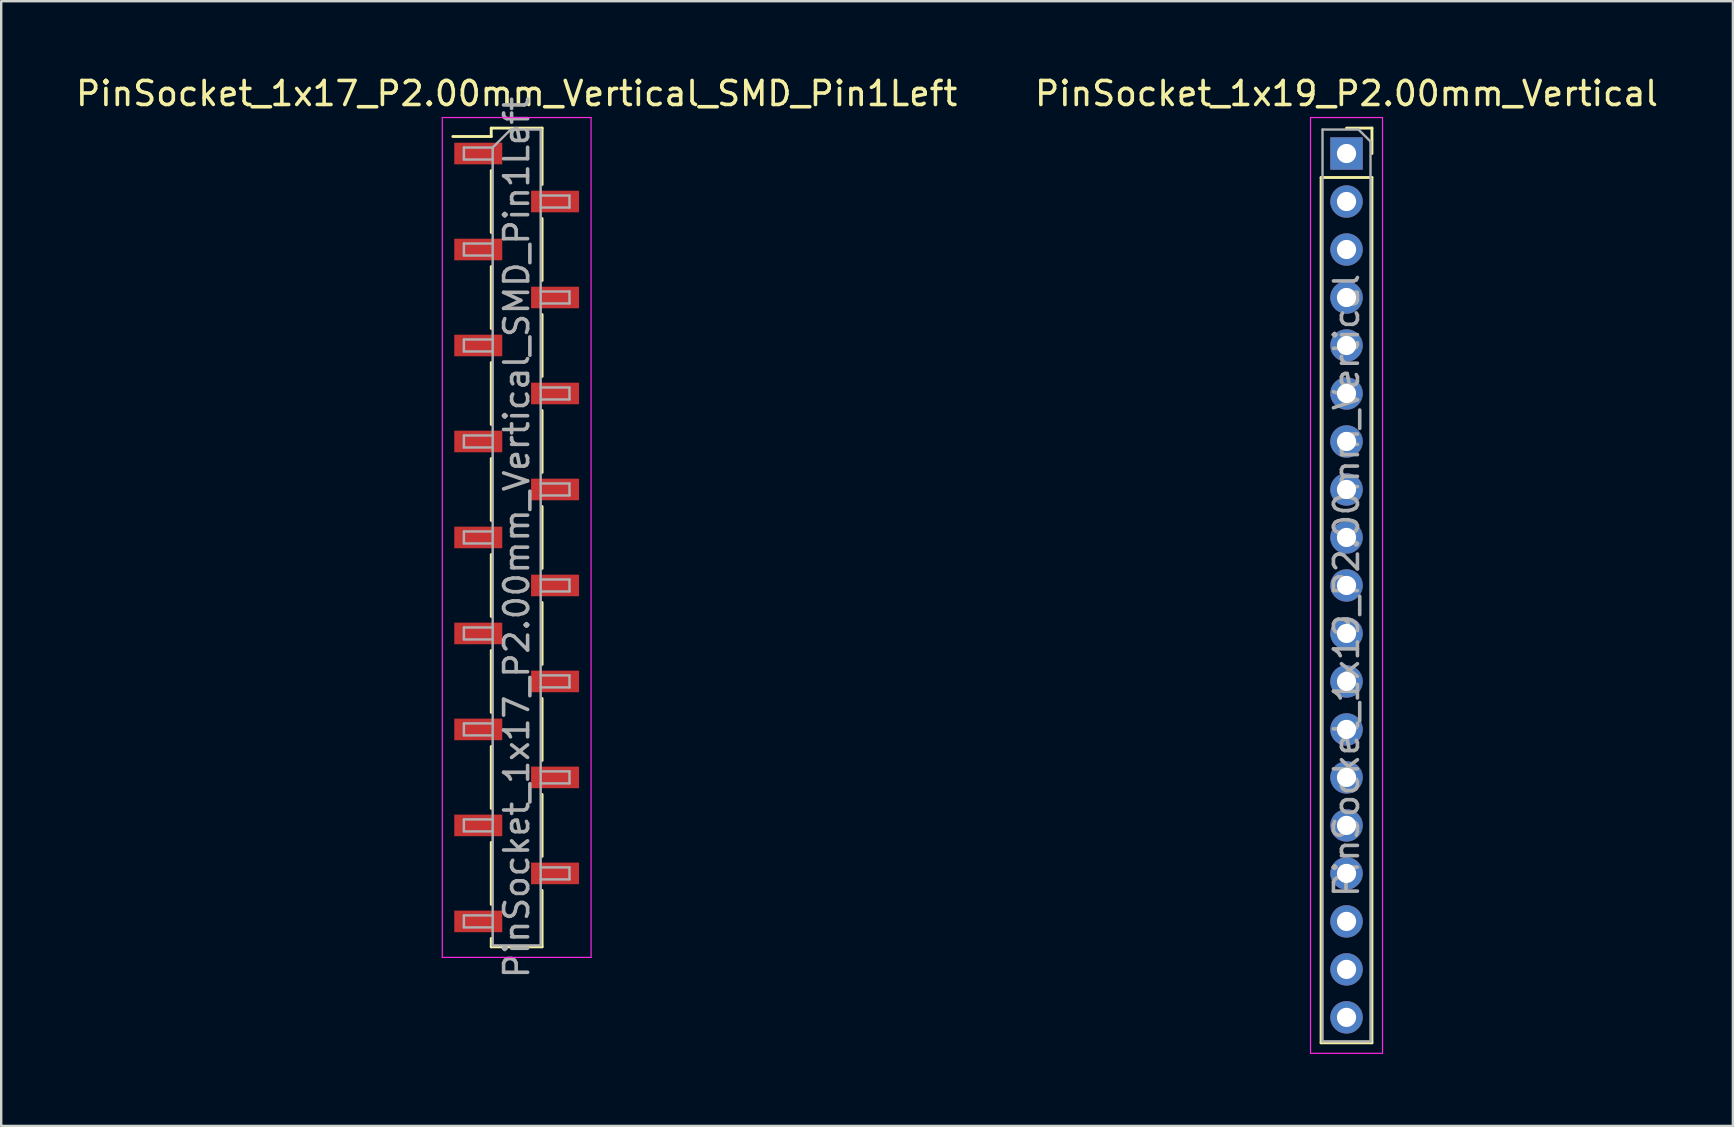
<source format=kicad_pcb>
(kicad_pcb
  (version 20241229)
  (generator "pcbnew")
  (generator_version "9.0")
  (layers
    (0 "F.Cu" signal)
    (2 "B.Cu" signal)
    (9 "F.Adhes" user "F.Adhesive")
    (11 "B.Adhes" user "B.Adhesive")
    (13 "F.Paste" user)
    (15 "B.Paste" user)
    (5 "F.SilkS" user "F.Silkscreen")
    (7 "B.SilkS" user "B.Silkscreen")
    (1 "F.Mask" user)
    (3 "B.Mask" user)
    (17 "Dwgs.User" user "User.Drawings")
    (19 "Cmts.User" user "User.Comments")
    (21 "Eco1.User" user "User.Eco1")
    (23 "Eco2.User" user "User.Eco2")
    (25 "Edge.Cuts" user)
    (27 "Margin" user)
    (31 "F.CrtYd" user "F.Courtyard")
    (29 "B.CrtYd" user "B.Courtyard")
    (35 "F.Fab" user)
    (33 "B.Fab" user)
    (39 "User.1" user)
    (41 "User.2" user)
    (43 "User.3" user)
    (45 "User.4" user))
  (footprint "PinSocket_1x19_P2.00mm_Vertical"
    (layer "F.Cu")
    (at 53.065 3.348)
    (property "Reference" "PinSocket_1x19_P2.00mm_Vertical" (at 0 -2.5 0) (layer "F.SilkS") (effects (font (size 1 1) (thickness 0.15))))
    (attr through_hole)
    (fp_line (start -1.06 1) (end -1.06 37.06) (stroke (width 0.12) (type solid)) (layer "F.SilkS"))
    (fp_line (start -1.06 1) (end 1.06 1) (stroke (width 0.12) (type solid)) (layer "F.SilkS"))
    (fp_line (start -1.06 37.06) (end 1.06 37.06) (stroke (width 0.12) (type solid)) (layer "F.SilkS"))
    (fp_line (start 0 -1.06) (end 1.06 -1.06) (stroke (width 0.12) (type solid)) (layer "F.SilkS"))
    (fp_line (start 1.06 -1.06) (end 1.06 0) (stroke (width 0.12) (type solid)) (layer "F.SilkS"))
    (fp_line (start 1.06 1) (end 1.06 37.06) (stroke (width 0.12) (type solid)) (layer "F.SilkS"))
    (fp_line (start -1.5 -1.5) (end 1.5 -1.5) (stroke (width 0.05) (type solid)) (layer "F.CrtYd"))
    (fp_line (start -1.5 37.5) (end -1.5 -1.5) (stroke (width 0.05) (type solid)) (layer "F.CrtYd"))
    (fp_line (start 1.5 -1.5) (end 1.5 37.5) (stroke (width 0.05) (type solid)) (layer "F.CrtYd"))
    (fp_line (start 1.5 37.5) (end -1.5 37.5) (stroke (width 0.05) (type solid)) (layer "F.CrtYd"))
    (fp_line (start -1 -1) (end 0.5 -1) (stroke (width 0.1) (type solid)) (layer "F.Fab"))
    (fp_line (start -1 37) (end -1 -1) (stroke (width 0.1) (type solid)) (layer "F.Fab"))
    (fp_line (start 0.5 -1) (end 1 -0.5) (stroke (width 0.1) (type solid)) (layer "F.Fab"))
    (fp_line (start 1 -0.5) (end 1 37) (stroke (width 0.1) (type solid)) (layer "F.Fab"))
    (fp_line (start 1 37) (end -1 37) (stroke (width 0.1) (type solid)) (layer "F.Fab"))
    (fp_text user "${REFERENCE}" (at 0 18 90) (layer "F.Fab") (effects (font (size 1 1) (thickness 0.15))))
    (pad "1" thru_hole rect (at 0 0) (size 1.35 1.35) (drill 0.8) (layers "*.Cu" "*.Mask"))
    (pad "2" thru_hole oval (at 0 2) (size 1.35 1.35) (drill 0.8) (layers "*.Cu" "*.Mask"))
    (pad "3" thru_hole oval (at 0 4) (size 1.35 1.35) (drill 0.8) (layers "*.Cu" "*.Mask"))
    (pad "4" thru_hole oval (at 0 6) (size 1.35 1.35) (drill 0.8) (layers "*.Cu" "*.Mask"))
    (pad "5" thru_hole oval (at 0 8) (size 1.35 1.35) (drill 0.8) (layers "*.Cu" "*.Mask"))
    (pad "6" thru_hole oval (at 0 10) (size 1.35 1.35) (drill 0.8) (layers "*.Cu" "*.Mask"))
    (pad "7" thru_hole oval (at 0 12) (size 1.35 1.35) (drill 0.8) (layers "*.Cu" "*.Mask"))
    (pad "8" thru_hole oval (at 0 14) (size 1.35 1.35) (drill 0.8) (layers "*.Cu" "*.Mask"))
    (pad "9" thru_hole oval (at 0 16) (size 1.35 1.35) (drill 0.8) (layers "*.Cu" "*.Mask"))
    (pad "10" thru_hole oval (at 0 18) (size 1.35 1.35) (drill 0.8) (layers "*.Cu" "*.Mask"))
    (pad "11" thru_hole oval (at 0 20) (size 1.35 1.35) (drill 0.8) (layers "*.Cu" "*.Mask"))
    (pad "12" thru_hole oval (at 0 22) (size 1.35 1.35) (drill 0.8) (layers "*.Cu" "*.Mask"))
    (pad "13" thru_hole oval (at 0 24) (size 1.35 1.35) (drill 0.8) (layers "*.Cu" "*.Mask"))
    (pad "14" thru_hole oval (at 0 26) (size 1.35 1.35) (drill 0.8) (layers "*.Cu" "*.Mask"))
    (pad "15" thru_hole oval (at 0 28) (size 1.35 1.35) (drill 0.8) (layers "*.Cu" "*.Mask"))
    (pad "16" thru_hole oval (at 0 30) (size 1.35 1.35) (drill 0.8) (layers "*.Cu" "*.Mask"))
    (pad "17" thru_hole oval (at 0 32) (size 1.35 1.35) (drill 0.8) (layers "*.Cu" "*.Mask"))
    (pad "18" thru_hole oval (at 0 34) (size 1.35 1.35) (drill 0.8) (layers "*.Cu" "*.Mask"))
    (pad "19" thru_hole oval (at 0 36) (size 1.35 1.35) (drill 0.8) (layers "*.Cu" "*.Mask")))
  (footprint "PinSocket_1x17_P2.00mm_Vertical_SMD_Pin1Left"
    (layer "F.Cu")
    (at 18.482 19.348)
    (property "Reference" "PinSocket_1x17_P2.00mm_Vertical_SMD_Pin1Left" (at 0 -18.5 0) (layer "F.SilkS") (effects (font (size 1 1) (thickness 0.15))))
    (attr smd)
    (fp_line (start -2.66 -16.71) (end -1.06 -16.71) (stroke (width 0.12) (type solid)) (layer "F.SilkS"))
    (fp_line (start -1.06 -17.06) (end 1.06 -17.06) (stroke (width 0.12) (type solid)) (layer "F.SilkS"))
    (fp_line (start -1.06 -16.71) (end -1.06 -17.06) (stroke (width 0.12) (type solid)) (layer "F.SilkS"))
    (fp_line (start -1.06 -15.29) (end -1.06 -12.71) (stroke (width 0.12) (type solid)) (layer "F.SilkS"))
    (fp_line (start -1.06 -11.29) (end -1.06 -8.71) (stroke (width 0.12) (type solid)) (layer "F.SilkS"))
    (fp_line (start -1.06 -7.29) (end -1.06 -4.71) (stroke (width 0.12) (type solid)) (layer "F.SilkS"))
    (fp_line (start -1.06 -3.29) (end -1.06 -0.71) (stroke (width 0.12) (type solid)) (layer "F.SilkS"))
    (fp_line (start -1.06 0.71) (end -1.06 3.29) (stroke (width 0.12) (type solid)) (layer "F.SilkS"))
    (fp_line (start -1.06 4.71) (end -1.06 7.29) (stroke (width 0.12) (type solid)) (layer "F.SilkS"))
    (fp_line (start -1.06 8.71) (end -1.06 11.29) (stroke (width 0.12) (type solid)) (layer "F.SilkS"))
    (fp_line (start -1.06 12.71) (end -1.06 15.29) (stroke (width 0.12) (type solid)) (layer "F.SilkS"))
    (fp_line (start -1.06 17.06) (end -1.06 16.71) (stroke (width 0.12) (type solid)) (layer "F.SilkS"))
    (fp_line (start 1.06 -17.06) (end 1.06 -14.71) (stroke (width 0.12) (type solid)) (layer "F.SilkS"))
    (fp_line (start 1.06 -13.29) (end 1.06 -10.71) (stroke (width 0.12) (type solid)) (layer "F.SilkS"))
    (fp_line (start 1.06 -9.29) (end 1.06 -6.71) (stroke (width 0.12) (type solid)) (layer "F.SilkS"))
    (fp_line (start 1.06 -5.29) (end 1.06 -2.71) (stroke (width 0.12) (type solid)) (layer "F.SilkS"))
    (fp_line (start 1.06 -1.29) (end 1.06 1.29) (stroke (width 0.12) (type solid)) (layer "F.SilkS"))
    (fp_line (start 1.06 2.71) (end 1.06 5.29) (stroke (width 0.12) (type solid)) (layer "F.SilkS"))
    (fp_line (start 1.06 6.71) (end 1.06 9.29) (stroke (width 0.12) (type solid)) (layer "F.SilkS"))
    (fp_line (start 1.06 10.71) (end 1.06 13.29) (stroke (width 0.12) (type solid)) (layer "F.SilkS"))
    (fp_line (start 1.06 14.71) (end 1.06 17.06) (stroke (width 0.12) (type solid)) (layer "F.SilkS"))
    (fp_line (start 1.06 17.06) (end -1.06 17.06) (stroke (width 0.12) (type solid)) (layer "F.SilkS"))
    (fp_line (start -3.1 -17.5) (end 3.1 -17.5) (stroke (width 0.05) (type solid)) (layer "F.CrtYd"))
    (fp_line (start -3.1 17.5) (end -3.1 -17.5) (stroke (width 0.05) (type solid)) (layer "F.CrtYd"))
    (fp_line (start 3.1 -17.5) (end 3.1 17.5) (stroke (width 0.05) (type solid)) (layer "F.CrtYd"))
    (fp_line (start 3.1 17.5) (end -3.1 17.5) (stroke (width 0.05) (type solid)) (layer "F.CrtYd"))
    (fp_line (start -2.2 -16.25) (end -1 -16.25) (stroke (width 0.1) (type solid)) (layer "F.Fab"))
    (fp_line (start -2.2 -15.75) (end -2.2 -16.25) (stroke (width 0.1) (type solid)) (layer "F.Fab"))
    (fp_line (start -2.2 -12.25) (end -1 -12.25) (stroke (width 0.1) (type solid)) (layer "F.Fab"))
    (fp_line (start -2.2 -11.75) (end -2.2 -12.25) (stroke (width 0.1) (type solid)) (layer "F.Fab"))
    (fp_line (start -2.2 -8.25) (end -1 -8.25) (stroke (width 0.1) (type solid)) (layer "F.Fab"))
    (fp_line (start -2.2 -7.75) (end -2.2 -8.25) (stroke (width 0.1) (type solid)) (layer "F.Fab"))
    (fp_line (start -2.2 -4.25) (end -1 -4.25) (stroke (width 0.1) (type solid)) (layer "F.Fab"))
    (fp_line (start -2.2 -3.75) (end -2.2 -4.25) (stroke (width 0.1) (type solid)) (layer "F.Fab"))
    (fp_line (start -2.2 -0.25) (end -1 -0.25) (stroke (width 0.1) (type solid)) (layer "F.Fab"))
    (fp_line (start -2.2 0.25) (end -2.2 -0.25) (stroke (width 0.1) (type solid)) (layer "F.Fab"))
    (fp_line (start -2.2 3.75) (end -1 3.75) (stroke (width 0.1) (type solid)) (layer "F.Fab"))
    (fp_line (start -2.2 4.25) (end -2.2 3.75) (stroke (width 0.1) (type solid)) (layer "F.Fab"))
    (fp_line (start -2.2 7.75) (end -1 7.75) (stroke (width 0.1) (type solid)) (layer "F.Fab"))
    (fp_line (start -2.2 8.25) (end -2.2 7.75) (stroke (width 0.1) (type solid)) (layer "F.Fab"))
    (fp_line (start -2.2 11.75) (end -1 11.75) (stroke (width 0.1) (type solid)) (layer "F.Fab"))
    (fp_line (start -2.2 12.25) (end -2.2 11.75) (stroke (width 0.1) (type solid)) (layer "F.Fab"))
    (fp_line (start -2.2 15.75) (end -1 15.75) (stroke (width 0.1) (type solid)) (layer "F.Fab"))
    (fp_line (start -2.2 16.25) (end -2.2 15.75) (stroke (width 0.1) (type solid)) (layer "F.Fab"))
    (fp_line (start -1 -16.25) (end -0.25 -17) (stroke (width 0.1) (type solid)) (layer "F.Fab"))
    (fp_line (start -1 -15.75) (end -2.2 -15.75) (stroke (width 0.1) (type solid)) (layer "F.Fab"))
    (fp_line (start -1 -11.75) (end -2.2 -11.75) (stroke (width 0.1) (type solid)) (layer "F.Fab"))
    (fp_line (start -1 -7.75) (end -2.2 -7.75) (stroke (width 0.1) (type solid)) (layer "F.Fab"))
    (fp_line (start -1 -3.75) (end -2.2 -3.75) (stroke (width 0.1) (type solid)) (layer "F.Fab"))
    (fp_line (start -1 0.25) (end -2.2 0.25) (stroke (width 0.1) (type solid)) (layer "F.Fab"))
    (fp_line (start -1 4.25) (end -2.2 4.25) (stroke (width 0.1) (type solid)) (layer "F.Fab"))
    (fp_line (start -1 8.25) (end -2.2 8.25) (stroke (width 0.1) (type solid)) (layer "F.Fab"))
    (fp_line (start -1 12.25) (end -2.2 12.25) (stroke (width 0.1) (type solid)) (layer "F.Fab"))
    (fp_line (start -1 16.25) (end -2.2 16.25) (stroke (width 0.1) (type solid)) (layer "F.Fab"))
    (fp_line (start -1 17) (end -1 -16.25) (stroke (width 0.1) (type solid)) (layer "F.Fab"))
    (fp_line (start -0.25 -17) (end 1 -17) (stroke (width 0.1) (type solid)) (layer "F.Fab"))
    (fp_line (start 1 -17) (end 1 17) (stroke (width 0.1) (type solid)) (layer "F.Fab"))
    (fp_line (start 1 -14.25) (end 2.2 -14.25) (stroke (width 0.1) (type solid)) (layer "F.Fab"))
    (fp_line (start 1 -10.25) (end 2.2 -10.25) (stroke (width 0.1) (type solid)) (layer "F.Fab"))
    (fp_line (start 1 -6.25) (end 2.2 -6.25) (stroke (width 0.1) (type solid)) (layer "F.Fab"))
    (fp_line (start 1 -2.25) (end 2.2 -2.25) (stroke (width 0.1) (type solid)) (layer "F.Fab"))
    (fp_line (start 1 1.75) (end 2.2 1.75) (stroke (width 0.1) (type solid)) (layer "F.Fab"))
    (fp_line (start 1 5.75) (end 2.2 5.75) (stroke (width 0.1) (type solid)) (layer "F.Fab"))
    (fp_line (start 1 9.75) (end 2.2 9.75) (stroke (width 0.1) (type solid)) (layer "F.Fab"))
    (fp_line (start 1 13.75) (end 2.2 13.75) (stroke (width 0.1) (type solid)) (layer "F.Fab"))
    (fp_line (start 1 17) (end -1 17) (stroke (width 0.1) (type solid)) (layer "F.Fab"))
    (fp_line (start 2.2 -14.25) (end 2.2 -13.75) (stroke (width 0.1) (type solid)) (layer "F.Fab"))
    (fp_line (start 2.2 -13.75) (end 1 -13.75) (stroke (width 0.1) (type solid)) (layer "F.Fab"))
    (fp_line (start 2.2 -10.25) (end 2.2 -9.75) (stroke (width 0.1) (type solid)) (layer "F.Fab"))
    (fp_line (start 2.2 -9.75) (end 1 -9.75) (stroke (width 0.1) (type solid)) (layer "F.Fab"))
    (fp_line (start 2.2 -6.25) (end 2.2 -5.75) (stroke (width 0.1) (type solid)) (layer "F.Fab"))
    (fp_line (start 2.2 -5.75) (end 1 -5.75) (stroke (width 0.1) (type solid)) (layer "F.Fab"))
    (fp_line (start 2.2 -2.25) (end 2.2 -1.75) (stroke (width 0.1) (type solid)) (layer "F.Fab"))
    (fp_line (start 2.2 -1.75) (end 1 -1.75) (stroke (width 0.1) (type solid)) (layer "F.Fab"))
    (fp_line (start 2.2 1.75) (end 2.2 2.25) (stroke (width 0.1) (type solid)) (layer "F.Fab"))
    (fp_line (start 2.2 2.25) (end 1 2.25) (stroke (width 0.1) (type solid)) (layer "F.Fab"))
    (fp_line (start 2.2 5.75) (end 2.2 6.25) (stroke (width 0.1) (type solid)) (layer "F.Fab"))
    (fp_line (start 2.2 6.25) (end 1 6.25) (stroke (width 0.1) (type solid)) (layer "F.Fab"))
    (fp_line (start 2.2 9.75) (end 2.2 10.25) (stroke (width 0.1) (type solid)) (layer "F.Fab"))
    (fp_line (start 2.2 10.25) (end 1 10.25) (stroke (width 0.1) (type solid)) (layer "F.Fab"))
    (fp_line (start 2.2 13.75) (end 2.2 14.25) (stroke (width 0.1) (type solid)) (layer "F.Fab"))
    (fp_line (start 2.2 14.25) (end 1 14.25) (stroke (width 0.1) (type solid)) (layer "F.Fab"))
    (fp_text user "${REFERENCE}" (at 0 0 90) (layer "F.Fab") (effects (font (size 1 1) (thickness 0.15))))
    (pad "1" smd rect (at -1.6 -16) (size 2 0.9) (layers "F.Cu" "F.Mask" "F.Paste"))
    (pad "2" smd rect (at 1.6 -14) (size 2 0.9) (layers "F.Cu" "F.Mask" "F.Paste"))
    (pad "3" smd rect (at -1.6 -12) (size 2 0.9) (layers "F.Cu" "F.Mask" "F.Paste"))
    (pad "4" smd rect (at 1.6 -10) (size 2 0.9) (layers "F.Cu" "F.Mask" "F.Paste"))
    (pad "5" smd rect (at -1.6 -8) (size 2 0.9) (layers "F.Cu" "F.Mask" "F.Paste"))
    (pad "6" smd rect (at 1.6 -6) (size 2 0.9) (layers "F.Cu" "F.Mask" "F.Paste"))
    (pad "7" smd rect (at -1.6 -4) (size 2 0.9) (layers "F.Cu" "F.Mask" "F.Paste"))
    (pad "8" smd rect (at 1.6 -2) (size 2 0.9) (layers "F.Cu" "F.Mask" "F.Paste"))
    (pad "9" smd rect (at -1.6 0) (size 2 0.9) (layers "F.Cu" "F.Mask" "F.Paste"))
    (pad "10" smd rect (at 1.6 2) (size 2 0.9) (layers "F.Cu" "F.Mask" "F.Paste"))
    (pad "11" smd rect (at -1.6 4) (size 2 0.9) (layers "F.Cu" "F.Mask" "F.Paste"))
    (pad "12" smd rect (at 1.6 6) (size 2 0.9) (layers "F.Cu" "F.Mask" "F.Paste"))
    (pad "13" smd rect (at -1.6 8) (size 2 0.9) (layers "F.Cu" "F.Mask" "F.Paste"))
    (pad "14" smd rect (at 1.6 10) (size 2 0.9) (layers "F.Cu" "F.Mask" "F.Paste"))
    (pad "15" smd rect (at -1.6 12) (size 2 0.9) (layers "F.Cu" "F.Mask" "F.Paste"))
    (pad "16" smd rect (at 1.6 14) (size 2 0.9) (layers "F.Cu" "F.Mask" "F.Paste"))
    (pad "17" smd rect (at -1.6 16) (size 2 0.9) (layers "F.Cu" "F.Mask" "F.Paste")))
  (gr_rect
    (start -3 -3)
    (end 69.167 43.873)
    (stroke (width 0.1) (type default))
    (fill no)
    (layer "Edge.Cuts")))
</source>
